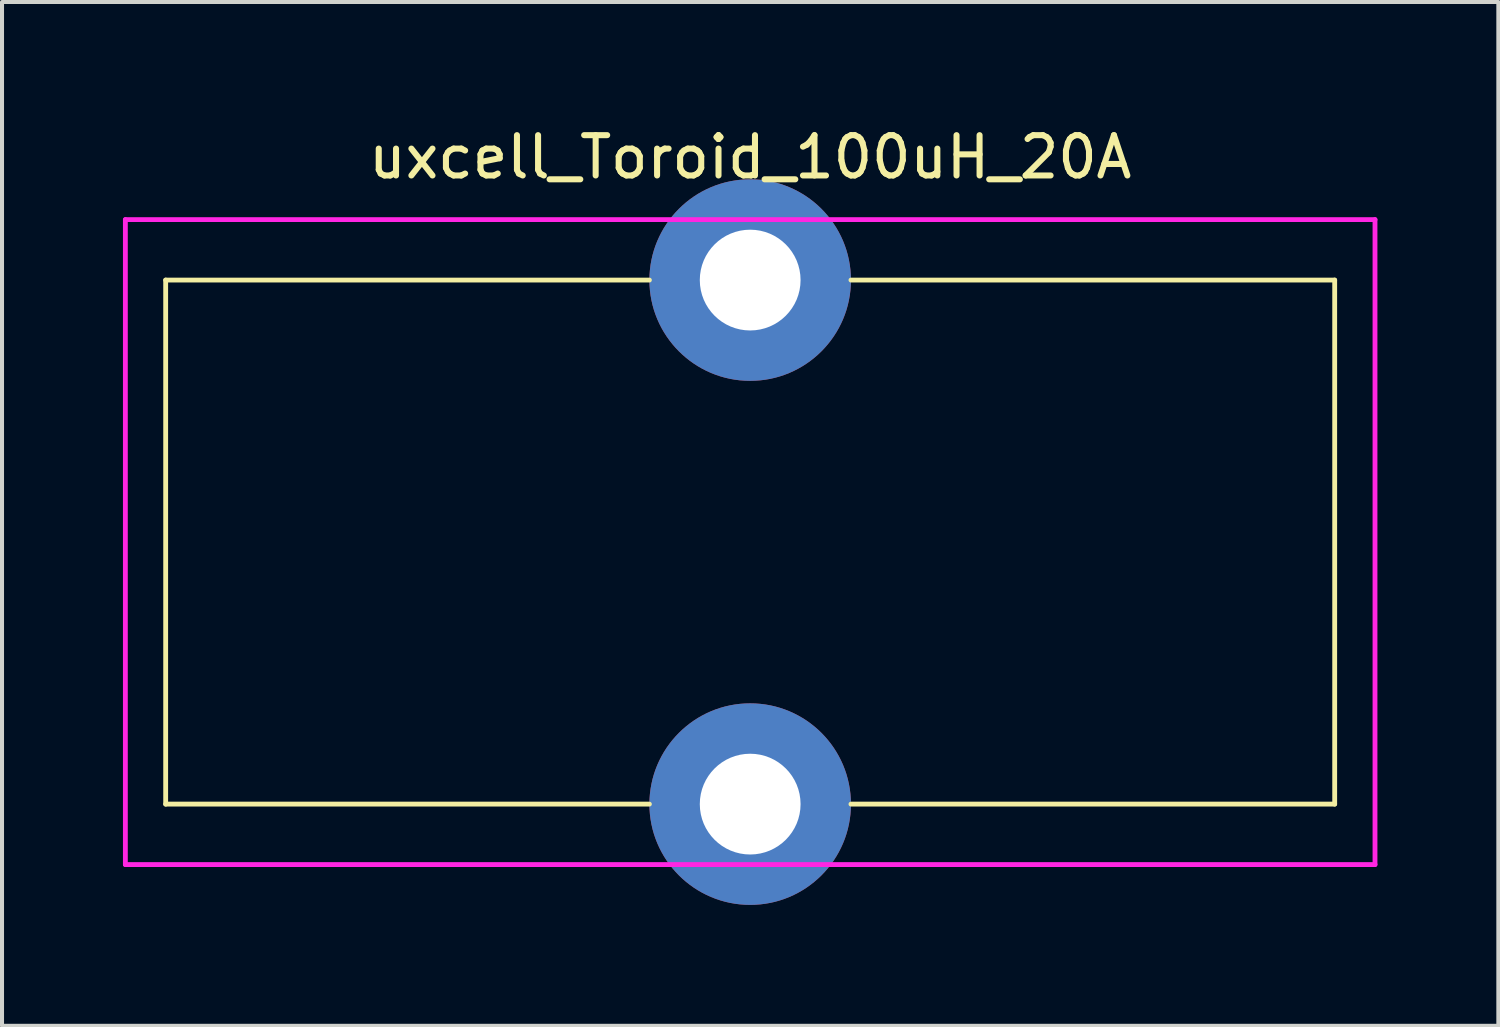
<source format=kicad_pcb>
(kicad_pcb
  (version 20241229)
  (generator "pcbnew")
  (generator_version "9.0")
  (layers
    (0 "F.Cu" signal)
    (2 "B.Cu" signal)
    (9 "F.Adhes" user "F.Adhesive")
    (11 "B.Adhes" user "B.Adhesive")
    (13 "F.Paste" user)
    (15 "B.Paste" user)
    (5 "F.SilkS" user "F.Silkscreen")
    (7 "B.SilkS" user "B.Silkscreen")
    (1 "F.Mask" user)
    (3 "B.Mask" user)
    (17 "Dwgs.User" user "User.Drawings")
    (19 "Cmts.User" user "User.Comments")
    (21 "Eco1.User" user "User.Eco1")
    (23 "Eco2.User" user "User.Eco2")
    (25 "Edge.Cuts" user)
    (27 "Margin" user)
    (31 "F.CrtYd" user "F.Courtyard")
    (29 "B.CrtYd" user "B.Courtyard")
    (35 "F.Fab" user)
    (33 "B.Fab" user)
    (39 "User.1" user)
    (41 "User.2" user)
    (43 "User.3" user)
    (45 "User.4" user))
  (footprint "uxcell_Toroid_100uH_20A"
    (layer "F.Cu")
    (at 15.56 3.898)
    (property "Reference" "uxcell_Toroid_100uH_20A" (at 0 -3.05 0) (layer "F.SilkS") (effects (font (size 1 1) (thickness 0.15))))
    (attr through_hole)
    (fp_line (start -14.5 0) (end -2.5 0) (stroke (width 0.12) (type solid)) (layer "F.SilkS"))
    (fp_line (start -14.5 13) (end -14.5 0) (stroke (width 0.12) (type solid)) (layer "F.SilkS"))
    (fp_line (start -14.5 13) (end -2.5 13) (stroke (width 0.12) (type solid)) (layer "F.SilkS"))
    (fp_line (start 2.5 0) (end 14.5 0) (stroke (width 0.12) (type solid)) (layer "F.SilkS"))
    (fp_line (start 2.5 13) (end 14.5 13) (stroke (width 0.12) (type solid)) (layer "F.SilkS"))
    (fp_line (start 14.5 0) (end 14.5 13) (stroke (width 0.12) (type solid)) (layer "F.SilkS"))
    (fp_line (start -15.5 -1.5) (end 15.5 -1.5) (stroke (width 0.12) (type solid)) (layer "F.CrtYd"))
    (fp_line (start -15.5 14.5) (end -15.5 -1.5) (stroke (width 0.12) (type solid)) (layer "F.CrtYd"))
    (fp_line (start 15.5 -1.5) (end 15.5 14.5) (stroke (width 0.12) (type solid)) (layer "F.CrtYd"))
    (fp_line (start 15.5 14.5) (end -15.5 14.5) (stroke (width 0.12) (type solid)) (layer "F.CrtYd"))
    (pad "1" thru_hole circle (at 0 0) (size 5 5) (drill 2.5) (layers "*.Cu" "*.Mask"))
    (pad "2" thru_hole circle (at 0 13) (size 5 5) (drill 2.5) (layers "*.Cu" "*.Mask")))
  (gr_rect
    (start -3 -3)
    (end 34.12 22.398)
    (stroke (width 0.1) (type default))
    (fill no)
    (layer "Edge.Cuts")))
</source>
